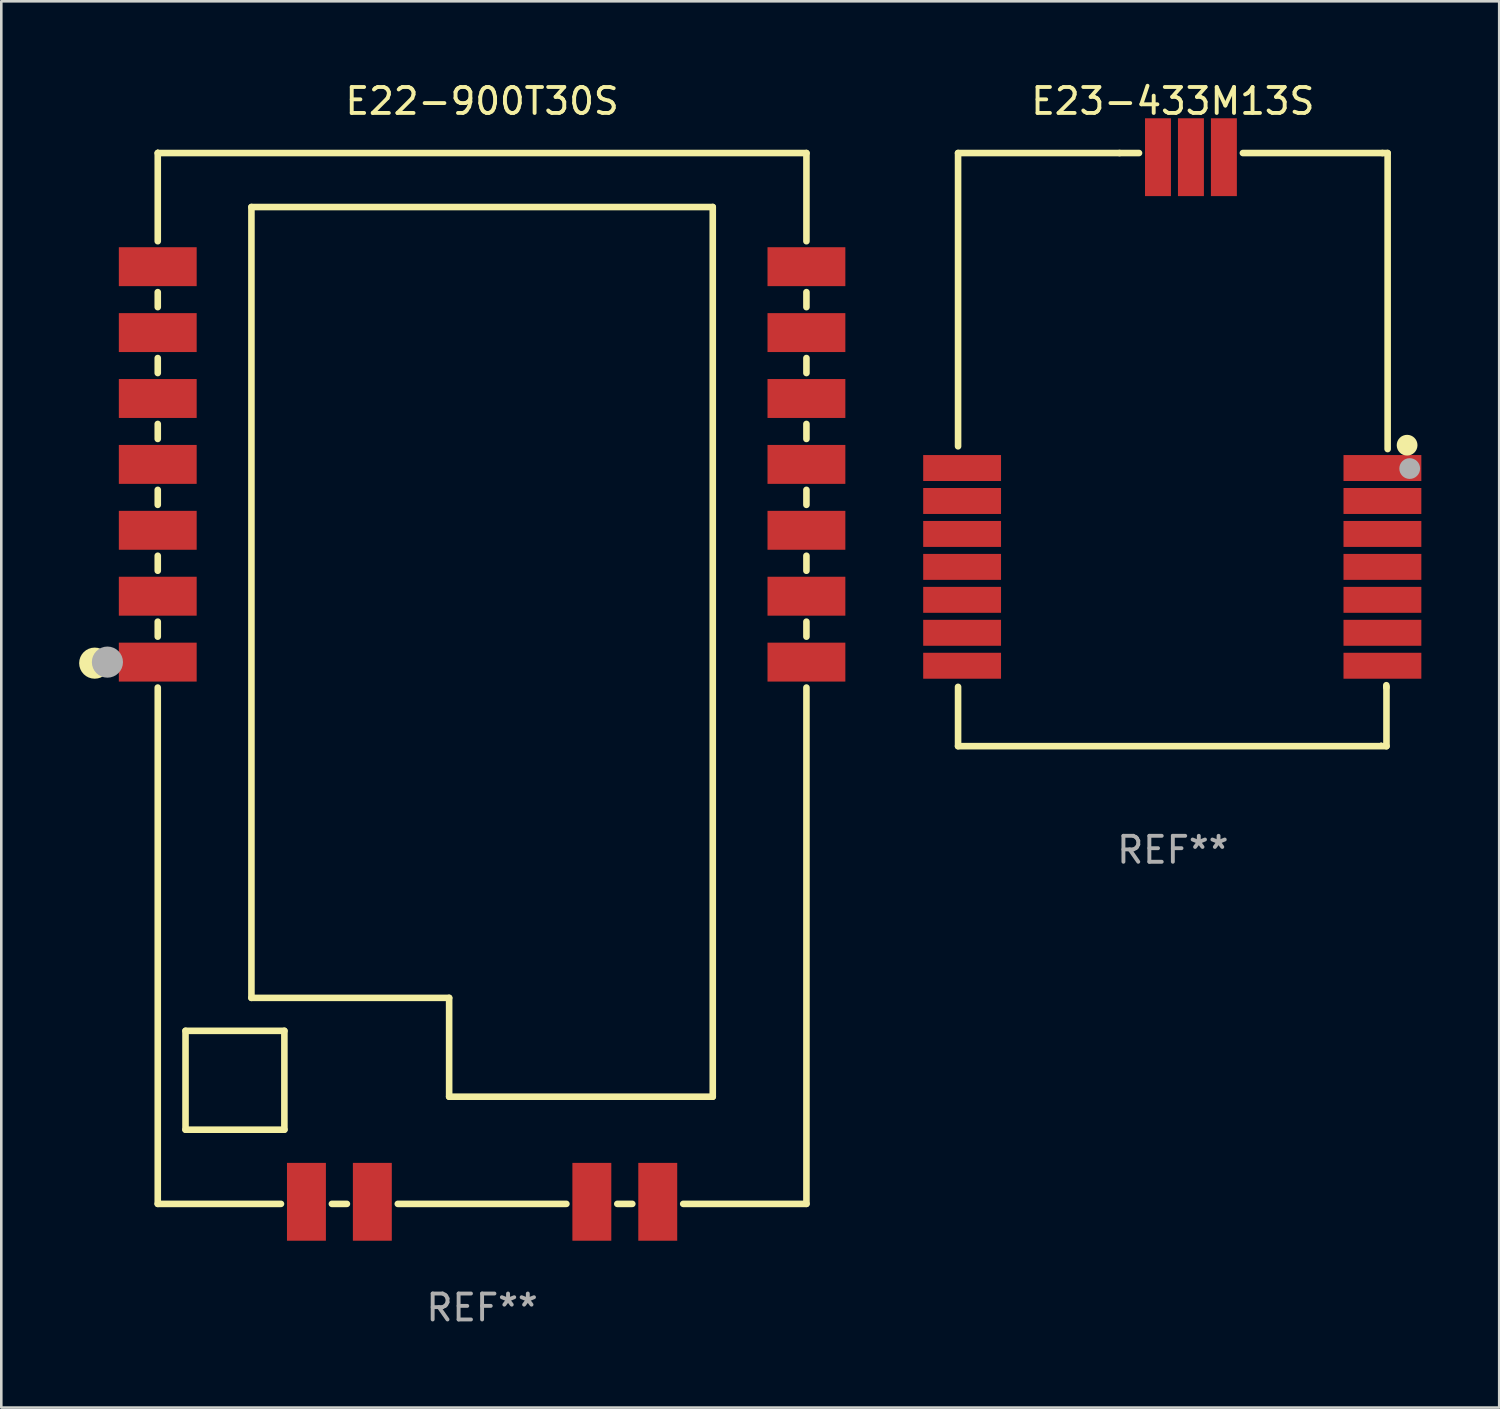
<source format=kicad_pcb>
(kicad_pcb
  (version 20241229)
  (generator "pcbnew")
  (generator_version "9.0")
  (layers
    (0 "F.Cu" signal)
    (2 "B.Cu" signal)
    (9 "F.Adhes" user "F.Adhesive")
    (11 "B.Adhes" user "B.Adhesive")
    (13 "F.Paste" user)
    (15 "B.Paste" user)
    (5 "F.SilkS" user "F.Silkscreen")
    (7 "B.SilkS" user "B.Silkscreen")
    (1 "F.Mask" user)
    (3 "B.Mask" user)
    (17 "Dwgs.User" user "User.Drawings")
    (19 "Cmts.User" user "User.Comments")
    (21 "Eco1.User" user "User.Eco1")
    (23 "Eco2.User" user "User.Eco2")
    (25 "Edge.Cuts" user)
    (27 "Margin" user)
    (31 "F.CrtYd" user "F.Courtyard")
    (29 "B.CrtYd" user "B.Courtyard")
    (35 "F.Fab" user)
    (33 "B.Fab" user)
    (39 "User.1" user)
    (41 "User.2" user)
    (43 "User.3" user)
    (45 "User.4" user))
  (footprint "E23-433M13S"
    (layer "F.Cu")
    (at 42.152 14.278)
    (property "Reference" "E23-433M13S" (at 0 -13.43 0) (layer "F.SilkS") (effects (font (size 1 1) (thickness 0.15))))
    (attr through_hole)
    (fp_line (start -8.278 -11.43) (end -8.278 -0.127) (stroke (width 0.254) (type solid)) (layer "F.SilkS"))
    (fp_line (start -8.278 9.144) (end -8.278 11.43) (stroke (width 0.254) (type solid)) (layer "F.SilkS"))
    (fp_line (start -8.278 11.43) (end 8.233 11.43) (stroke (width 0.254) (type solid)) (layer "F.SilkS"))
    (fp_line (start -2.055 -11.43) (end -8.278 -11.43) (stroke (width 0.254) (type solid)) (layer "F.SilkS"))
    (fp_line (start -2.055 -11.43) (end -1.304 -11.43) (stroke (width 0.254) (type solid)) (layer "F.SilkS"))
    (fp_line (start 2.699 -11.43) (end 8.078 -11.43) (stroke (width 0.254) (type solid)) (layer "F.SilkS"))
    (fp_line (start 8.078 -11.43) (end 8.278 -11.43) (stroke (width 0.254) (type solid)) (layer "F.SilkS"))
    (fp_line (start 8.228 9.08) (end 8.228 9.163) (stroke (width 0.254) (type solid)) (layer "F.SilkS"))
    (fp_line (start 8.233 11.43) (end 8.233 9.144) (stroke (width 0.254) (type solid)) (layer "F.SilkS"))
    (fp_line (start 8.278 -11.43) (end 8.278 -0.021) (stroke (width 0.254) (type solid)) (layer "F.SilkS"))
    (fp_circle (center 8.028 11.341) (end 8.058 11.341) (stroke (width 0.06) (type solid)) (fill no) (layer "F.SilkS"))
    (fp_circle (center 9.028 -0.17) (end 9.228 -0.17) (stroke (width 0.4) (type solid)) (fill no) (layer "F.SilkS"))
    (fp_circle (center 9.128 0.73) (end 9.328 0.73) (stroke (width 0.4) (type solid)) (fill no) (layer "F.Fab"))
    (fp_text user "REF**" (at 0 15.43 0) (layer "F.Fab") (effects (font (size 1 1) (thickness 0.15))))
    (pad "1" smd rect (at 8.077 0.71) (size 3 1) (layers "F.Cu" "F.Mask" "F.Paste"))
    (pad "2" smd rect (at 8.077 1.98) (size 3 1) (layers "F.Cu" "F.Mask" "F.Paste"))
    (pad "3" smd rect (at 8.077 3.25) (size 3 1) (layers "F.Cu" "F.Mask" "F.Paste"))
    (pad "4" smd rect (at 8.077 4.52) (size 3 1) (layers "F.Cu" "F.Mask" "F.Paste"))
    (pad "5" smd rect (at 8.077 5.79) (size 3 1) (layers "F.Cu" "F.Mask" "F.Paste"))
    (pad "6" smd rect (at 8.077 7.06) (size 3 1) (layers "F.Cu" "F.Mask" "F.Paste"))
    (pad "7" smd rect (at 8.077 8.33) (size 3 1) (layers "F.Cu" "F.Mask" "F.Paste"))
    (pad "8" smd rect (at -8.122 8.33) (size 3 1) (layers "F.Cu" "F.Mask" "F.Paste"))
    (pad "9" smd rect (at -8.122 7.06) (size 3 1) (layers "F.Cu" "F.Mask" "F.Paste"))
    (pad "10" smd rect (at -8.122 5.79) (size 3 1) (layers "F.Cu" "F.Mask" "F.Paste"))
    (pad "11" smd rect (at -8.122 4.52) (size 3 1) (layers "F.Cu" "F.Mask" "F.Paste"))
    (pad "12" smd rect (at -8.122 3.25) (size 3 1) (layers "F.Cu" "F.Mask" "F.Paste"))
    (pad "13" smd rect (at -8.122 1.98) (size 3 1) (layers "F.Cu" "F.Mask" "F.Paste"))
    (pad "14" smd rect (at -8.122 0.71) (size 3 1) (layers "F.Cu" "F.Mask" "F.Paste"))
    (pad "15" smd rect (at -0.573 -11.27 90) (size 3 1) (layers "F.Cu" "F.Mask" "F.Paste"))
    (pad "16" smd rect (at 0.697 -11.27 90) (size 3 1) (layers "F.Cu" "F.Mask" "F.Paste"))
    (pad "17" smd rect (at 1.967 -11.27 90) (size 3 1) (layers "F.Cu" "F.Mask" "F.Paste")))
  (footprint "E22-900T30S"
    (layer "F.Cu")
    (at 15.53 23.098)
    (property "Reference" "E22-900T30S" (at 0 -22.25 0) (layer "F.SilkS") (effects (font (size 1 1) (thickness 0.15))))
    (attr through_hole)
    (fp_line (start -12.5 -20.25) (end -12.5 -16.851) (stroke (width 0.254) (type solid)) (layer "F.SilkS"))
    (fp_line (start -12.5 -20.25) (end 12.5 -20.25) (stroke (width 0.254) (type solid)) (layer "F.SilkS"))
    (fp_line (start -12.5 -14.889) (end -12.5 -14.311) (stroke (width 0.254) (type solid)) (layer "F.SilkS"))
    (fp_line (start -12.5 -12.349) (end -12.5 -11.771) (stroke (width 0.254) (type solid)) (layer "F.SilkS"))
    (fp_line (start -12.5 -9.809) (end -12.5 -9.231) (stroke (width 0.254) (type solid)) (layer "F.SilkS"))
    (fp_line (start -12.5 -7.269) (end -12.5 -6.691) (stroke (width 0.254) (type solid)) (layer "F.SilkS"))
    (fp_line (start -12.5 -4.729) (end -12.5 -4.151) (stroke (width 0.254) (type solid)) (layer "F.SilkS"))
    (fp_line (start -12.5 -2.189) (end -12.5 -1.611) (stroke (width 0.254) (type solid)) (layer "F.SilkS"))
    (fp_line (start -12.5 0.351) (end -12.5 20.25) (stroke (width 0.254) (type solid)) (layer "F.SilkS"))
    (fp_line (start -12.5 20.25) (end -7.751 20.25) (stroke (width 0.254) (type solid)) (layer "F.SilkS"))
    (fp_line (start -11.43 13.58) (end -7.62 13.58) (stroke (width 0.254) (type solid)) (layer "F.SilkS"))
    (fp_line (start -11.43 17.39) (end -11.43 13.58) (stroke (width 0.254) (type solid)) (layer "F.SilkS"))
    (fp_line (start -8.89 -18.17) (end 8.89 -18.17) (stroke (width 0.254) (type solid)) (layer "F.SilkS"))
    (fp_line (start -8.89 12.31) (end -8.89 -18.17) (stroke (width 0.254) (type solid)) (layer "F.SilkS"))
    (fp_line (start -7.62 13.58) (end -7.62 17.39) (stroke (width 0.254) (type solid)) (layer "F.SilkS"))
    (fp_line (start -7.62 17.39) (end -11.43 17.39) (stroke (width 0.254) (type solid)) (layer "F.SilkS"))
    (fp_line (start -5.789 20.25) (end -5.211 20.25) (stroke (width 0.254) (type solid)) (layer "F.SilkS"))
    (fp_line (start -3.249 20.25) (end 3.249 20.25) (stroke (width 0.254) (type solid)) (layer "F.SilkS"))
    (fp_line (start -1.27 12.31) (end -8.89 12.31) (stroke (width 0.254) (type solid)) (layer "F.SilkS"))
    (fp_line (start -1.27 16.12) (end -1.27 12.31) (stroke (width 0.254) (type solid)) (layer "F.SilkS"))
    (fp_line (start 5.211 20.25) (end 5.789 20.25) (stroke (width 0.254) (type solid)) (layer "F.SilkS"))
    (fp_line (start 7.751 20.25) (end 12.5 20.25) (stroke (width 0.254) (type solid)) (layer "F.SilkS"))
    (fp_line (start 8.89 -18.17) (end 8.89 16.12) (stroke (width 0.254) (type solid)) (layer "F.SilkS"))
    (fp_line (start 8.89 16.12) (end -1.27 16.12) (stroke (width 0.254) (type solid)) (layer "F.SilkS"))
    (fp_line (start 12.5 -20.25) (end 12.5 -16.851) (stroke (width 0.254) (type solid)) (layer "F.SilkS"))
    (fp_line (start 12.5 -14.889) (end 12.5 -14.311) (stroke (width 0.254) (type solid)) (layer "F.SilkS"))
    (fp_line (start 12.5 -12.349) (end 12.5 -11.771) (stroke (width 0.254) (type solid)) (layer "F.SilkS"))
    (fp_line (start 12.5 -9.809) (end 12.5 -9.231) (stroke (width 0.254) (type solid)) (layer "F.SilkS"))
    (fp_line (start 12.5 -7.269) (end 12.5 -6.691) (stroke (width 0.254) (type solid)) (layer "F.SilkS"))
    (fp_line (start 12.5 -4.729) (end 12.5 -4.151) (stroke (width 0.254) (type solid)) (layer "F.SilkS"))
    (fp_line (start 12.5 -2.189) (end 12.5 -1.611) (stroke (width 0.254) (type solid)) (layer "F.SilkS"))
    (fp_line (start 12.5 0.351) (end 12.5 20.25) (stroke (width 0.254) (type solid)) (layer "F.SilkS"))
    (fp_circle (center -14.93 -0.59) (end -14.63 -0.59) (stroke (width 0.6) (type solid)) (fill no) (layer "F.SilkS"))
    (fp_circle (center -12.5 -20.33) (end -12.47 -20.33) (stroke (width 0.06) (type solid)) (fill no) (layer "F.SilkS"))
    (fp_circle (center -14.44 -0.63) (end -14.14 -0.63) (stroke (width 0.6) (type solid)) (fill no) (layer "F.Fab"))
    (fp_text user "REF**" (at 0 24.25 0) (layer "F.Fab") (effects (font (size 1 1) (thickness 0.15))))
    (pad "1" smd rect (at -12.5 -0.63 90) (size 1.5 3) (layers "F.Cu" "F.Mask" "F.Paste"))
    (pad "2" smd rect (at -12.5 -3.17 90) (size 1.5 3) (layers "F.Cu" "F.Mask" "F.Paste"))
    (pad "3" smd rect (at -12.5 -5.71 90) (size 1.5 3) (layers "F.Cu" "F.Mask" "F.Paste"))
    (pad "4" smd rect (at -12.5 -8.25 90) (size 1.5 3) (layers "F.Cu" "F.Mask" "F.Paste"))
    (pad "5" smd rect (at -12.5 -10.79 90) (size 1.5 3) (layers "F.Cu" "F.Mask" "F.Paste"))
    (pad "6" smd rect (at -12.5 -13.33 90) (size 1.5 3) (layers "F.Cu" "F.Mask" "F.Paste"))
    (pad "7" smd rect (at -12.5 -15.87 90) (size 1.5 3) (layers "F.Cu" "F.Mask" "F.Paste"))
    (pad "8" smd rect (at 12.5 -15.87 90) (size 1.5 3) (layers "F.Cu" "F.Mask" "F.Paste"))
    (pad "9" smd rect (at 12.5 -13.33 90) (size 1.5 3) (layers "F.Cu" "F.Mask" "F.Paste"))
    (pad "10" smd rect (at 12.5 -10.79 90) (size 1.5 3) (layers "F.Cu" "F.Mask" "F.Paste"))
    (pad "11" smd rect (at 12.5 -8.25 90) (size 1.5 3) (layers "F.Cu" "F.Mask" "F.Paste"))
    (pad "12" smd rect (at 12.5 -5.71 90) (size 1.5 3) (layers "F.Cu" "F.Mask" "F.Paste"))
    (pad "13" smd rect (at 12.5 -3.17 90) (size 1.5 3) (layers "F.Cu" "F.Mask" "F.Paste"))
    (pad "14" smd rect (at 12.5 -0.63 90) (size 1.5 3) (layers "F.Cu" "F.Mask" "F.Paste"))
    (pad "15" smd rect (at 6.77 20.17 180) (size 1.5 3) (layers "F.Cu" "F.Mask" "F.Paste"))
    (pad "16" smd rect (at 4.23 20.17 180) (size 1.5 3) (layers "F.Cu" "F.Mask" "F.Paste"))
    (pad "17" smd rect (at -4.23 20.17 180) (size 1.5 3) (layers "F.Cu" "F.Mask" "F.Paste"))
    (pad "18" smd rect (at -6.77 20.17 180) (size 1.5 3) (layers "F.Cu" "F.Mask" "F.Paste")))
  (gr_rect
    (start -3 -3)
    (end 54.73 51.197)
    (stroke (width 0.1) (type default))
    (fill no)
    (layer "Edge.Cuts")))
</source>
